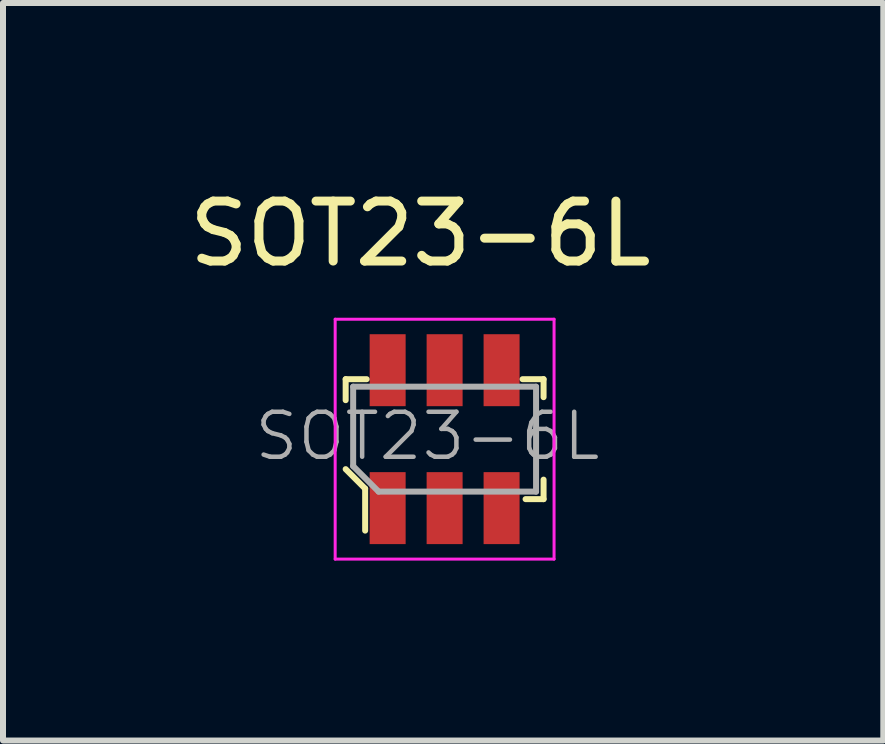
<source format=kicad_pcb>
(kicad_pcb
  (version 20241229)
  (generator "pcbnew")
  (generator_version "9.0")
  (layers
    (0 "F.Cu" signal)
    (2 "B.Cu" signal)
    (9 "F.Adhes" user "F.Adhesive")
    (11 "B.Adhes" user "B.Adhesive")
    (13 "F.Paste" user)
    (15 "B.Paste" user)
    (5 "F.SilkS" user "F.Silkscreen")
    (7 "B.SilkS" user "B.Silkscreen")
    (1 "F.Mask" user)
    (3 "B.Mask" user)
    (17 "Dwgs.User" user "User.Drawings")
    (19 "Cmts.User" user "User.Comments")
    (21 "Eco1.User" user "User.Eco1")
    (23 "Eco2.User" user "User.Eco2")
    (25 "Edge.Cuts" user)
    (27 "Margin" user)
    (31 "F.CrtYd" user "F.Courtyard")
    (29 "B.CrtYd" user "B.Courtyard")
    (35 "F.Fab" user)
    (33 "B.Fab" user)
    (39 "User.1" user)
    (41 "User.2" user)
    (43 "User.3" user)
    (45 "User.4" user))
  (footprint "SOT23-6L "
    (layer "F.Cu")
    (at 4.364 4.273)
    (property "Reference" "SOT23-6L " (at -0.025 -3.425 0) (layer "F.SilkS") (effects (font (size 1 1) (thickness 0.15))))
    (attr smd)
    (fp_line (start -1.65 -1) (end -1.65 -0.65) (stroke (width 0.1) (type solid)) (layer "F.SilkS"))
    (fp_line (start -1.65 0.5) (end -1.325 0.825) (stroke (width 0.1) (type solid)) (layer "F.SilkS"))
    (fp_line (start -1.325 0.825) (end -1.325 1.525) (stroke (width 0.1) (type solid)) (layer "F.SilkS"))
    (fp_line (start -1.3 -1) (end -1.65 -1) (stroke (width 0.1) (type solid)) (layer "F.SilkS"))
    (fp_line (start 1.3 -1) (end 1.65 -1) (stroke (width 0.1) (type solid)) (layer "F.SilkS"))
    (fp_line (start 1.65 -1) (end 1.65 -0.7) (stroke (width 0.1) (type solid)) (layer "F.SilkS"))
    (fp_line (start 1.65 0.675) (end 1.65 1) (stroke (width 0.1) (type solid)) (layer "F.SilkS"))
    (fp_line (start 1.65 1) (end 1.35 1) (stroke (width 0.1) (type solid)) (layer "F.SilkS"))
    (fp_line (start -1.825 -2) (end -1.825 2) (stroke (width 0.05) (type solid)) (layer "F.CrtYd"))
    (fp_line (start -1.825 2) (end 1.825 2) (stroke (width 0.05) (type solid)) (layer "F.CrtYd"))
    (fp_line (start 1.825 -2) (end -1.825 -2) (stroke (width 0.05) (type solid)) (layer "F.CrtYd"))
    (fp_line (start 1.825 -2) (end 1.825 2) (stroke (width 0.05) (type solid)) (layer "F.CrtYd"))
    (fp_line (start -1.525 -0.875) (end 1.525 -0.875) (stroke (width 0.1) (type solid)) (layer "F.Fab"))
    (fp_line (start -1.525 0.45) (end -1.525 -0.875) (stroke (width 0.1) (type solid)) (layer "F.Fab"))
    (fp_line (start -1.525 0.45) (end -1.1 0.875) (stroke (width 0.1) (type solid)) (layer "F.Fab"))
    (fp_line (start -1.1 0.875) (end 1.525 0.875) (stroke (width 0.1) (type solid)) (layer "F.Fab"))
    (fp_line (start 1.525 -0.875) (end 1.525 0.875) (stroke (width 0.1) (type solid)) (layer "F.Fab"))
    (fp_text user "${REFERENCE}" (at 0 -0.05 0) (layer "F.Fab") (effects (font (size 0.75 0.75) (thickness 0.075))))
    (pad "1" smd rect (at -0.95 1.15) (size 0.6 1.2) (layers "F.Cu" "F.Mask" "F.Paste"))
    (pad "2" smd rect (at 0 1.15) (size 0.6 1.2) (layers "F.Cu" "F.Mask" "F.Paste"))
    (pad "3" smd rect (at 0.95 1.15) (size 0.6 1.2) (layers "F.Cu" "F.Mask" "F.Paste"))
    (pad "4" smd rect (at 0.95 -1.15) (size 0.6 1.2) (layers "F.Cu" "F.Mask" "F.Paste"))
    (pad "5" smd rect (at 0 -1.15) (size 0.6 1.2) (layers "F.Cu" "F.Mask" "F.Paste"))
    (pad "6" smd rect (at -0.95 -1.15) (size 0.6 1.2) (layers "F.Cu" "F.Mask" "F.Paste")))
  (gr_rect
    (start -3 -3)
    (end 11.679 9.298)
    (stroke (width 0.1) (type default))
    (fill no)
    (layer "Edge.Cuts")))
</source>
